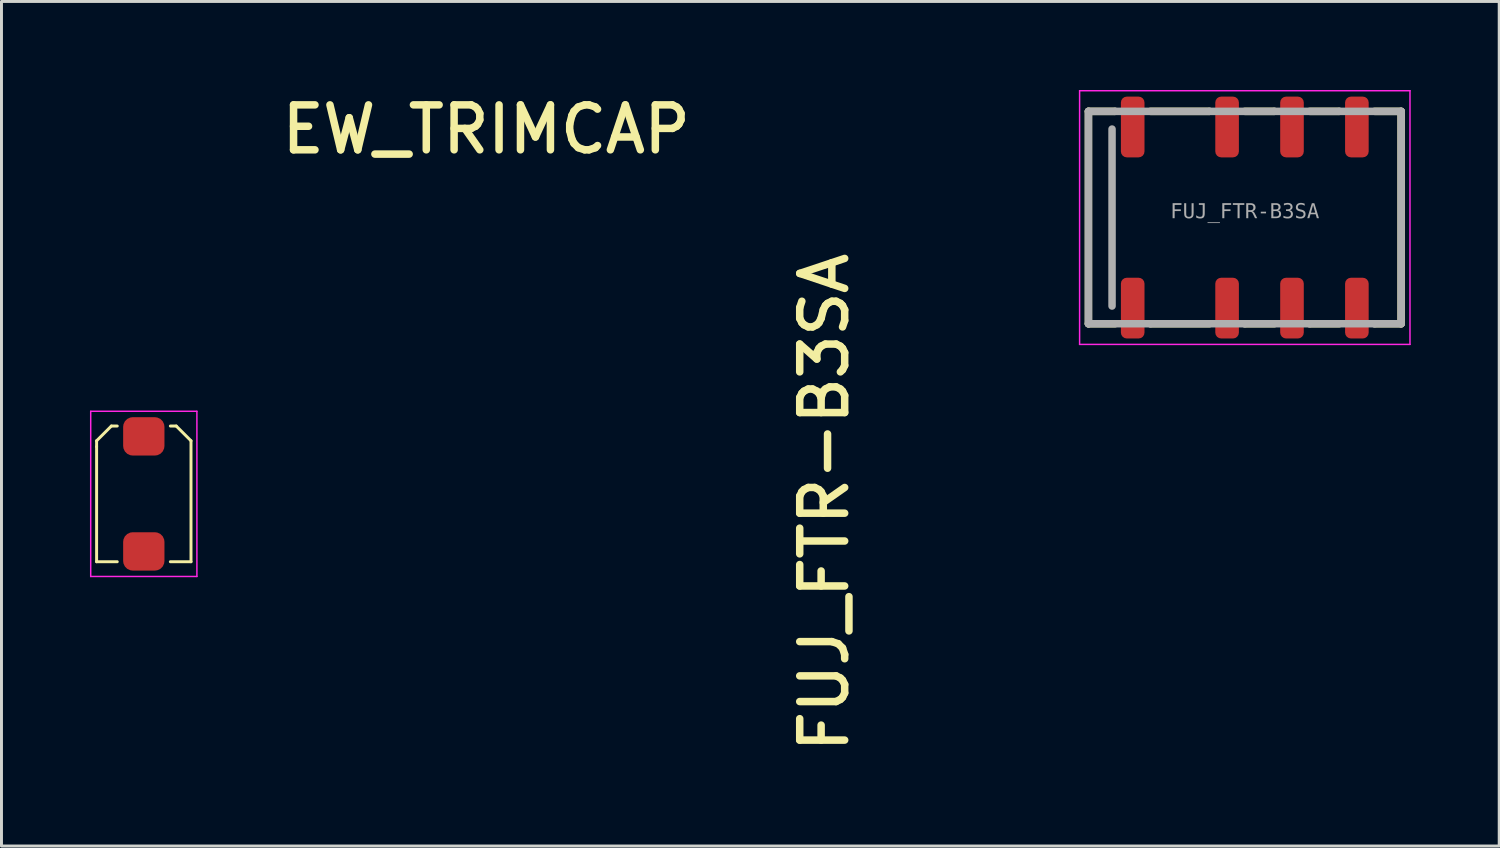
<source format=kicad_pcb>
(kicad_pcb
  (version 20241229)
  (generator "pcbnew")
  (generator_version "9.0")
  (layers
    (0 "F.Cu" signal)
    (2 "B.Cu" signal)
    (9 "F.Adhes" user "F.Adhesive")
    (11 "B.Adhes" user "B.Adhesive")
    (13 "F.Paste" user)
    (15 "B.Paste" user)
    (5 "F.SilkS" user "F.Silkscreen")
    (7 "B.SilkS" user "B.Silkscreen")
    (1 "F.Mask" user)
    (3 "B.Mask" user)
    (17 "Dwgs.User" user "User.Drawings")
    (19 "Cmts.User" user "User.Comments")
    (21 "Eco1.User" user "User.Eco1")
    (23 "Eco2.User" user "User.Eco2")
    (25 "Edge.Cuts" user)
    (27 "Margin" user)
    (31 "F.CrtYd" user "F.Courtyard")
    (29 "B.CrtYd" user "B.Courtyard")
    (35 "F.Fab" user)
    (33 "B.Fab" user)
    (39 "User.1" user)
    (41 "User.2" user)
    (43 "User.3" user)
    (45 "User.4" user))
  (footprint "FUJ_FTR-B3SA"
    (layer "F.Cu")
    (at 39.149 4.325)
    (property "Reference" "FUJ_FTR-B3SA" (at -14.256 9.659 90) (unlocked yes) (layer "F.SilkS") (effects (font (size 1.524 1.524) (thickness 0.254))))
    (fp_line (start -5.3 3.6) (end -5.3 -3.6) (stroke (width 0.254) (type solid)) (layer "F.SilkS"))
    (fp_line (start -4.4 -3.6) (end -5.3 -3.6) (stroke (width 0.254) (type solid)) (layer "F.SilkS"))
    (fp_line (start -4.4 3.6) (end -5.3 3.6) (stroke (width 0.254) (type solid)) (layer "F.SilkS"))
    (fp_line (start -1.2 -3.6) (end -3.2 -3.6) (stroke (width 0.254) (type solid)) (layer "F.SilkS"))
    (fp_line (start -1.2 3.6) (end -3.2 3.6) (stroke (width 0.254) (type solid)) (layer "F.SilkS"))
    (fp_line (start 1 -3.6) (end 0 -3.6) (stroke (width 0.254) (type solid)) (layer "F.SilkS"))
    (fp_line (start 1 3.6) (end 0 3.6) (stroke (width 0.254) (type solid)) (layer "F.SilkS"))
    (fp_line (start 3.2 -3.6) (end 2.2 -3.6) (stroke (width 0.254) (type solid)) (layer "F.SilkS"))
    (fp_line (start 3.2 3.6) (end 2.2 3.6) (stroke (width 0.254) (type solid)) (layer "F.SilkS"))
    (fp_line (start 5.3 -3.6) (end 4.4 -3.6) (stroke (width 0.254) (type solid)) (layer "F.SilkS"))
    (fp_line (start 5.3 3.6) (end 4.4 3.6) (stroke (width 0.254) (type solid)) (layer "F.SilkS"))
    (fp_line (start 5.3 3.6) (end 5.3 -3.6) (stroke (width 0.254) (type solid)) (layer "F.SilkS"))
    (fp_line (start -5.6 4.3) (end -5.6 -4.3) (stroke (width 0.05) (type solid)) (layer "F.CrtYd"))
    (fp_line (start 5.6 -4.3) (end -5.6 -4.3) (stroke (width 0.05) (type solid)) (layer "F.CrtYd"))
    (fp_line (start 5.6 4.3) (end -5.6 4.3) (stroke (width 0.05) (type solid)) (layer "F.CrtYd"))
    (fp_line (start 5.6 4.3) (end 5.6 -4.3) (stroke (width 0.05) (type solid)) (layer "F.CrtYd"))
    (fp_line (start -5.3 3.6) (end -5.3 -3.6) (stroke (width 0.254) (type solid)) (layer "F.Fab"))
    (fp_line (start -4.5 3) (end -4.5 -3) (stroke (width 0.254) (type solid)) (layer "F.Fab"))
    (fp_line (start -4.4 -3.6) (end -5.3 -3.6) (stroke (width 0.254) (type solid)) (layer "F.Fab"))
    (fp_line (start -3.2 3.6) (end -5.3 3.6) (stroke (width 0.254) (type solid)) (layer "F.Fab"))
    (fp_line (start -1.2 -3.6) (end -4.4 -3.6) (stroke (width 0.254) (type solid)) (layer "F.Fab"))
    (fp_line (start 0 3.6) (end -3.2 3.6) (stroke (width 0.254) (type solid)) (layer "F.Fab"))
    (fp_line (start 1 -3.6) (end -1.2 -3.6) (stroke (width 0.254) (type solid)) (layer "F.Fab"))
    (fp_line (start 2.2 3.6) (end 0 3.6) (stroke (width 0.254) (type solid)) (layer "F.Fab"))
    (fp_line (start 3.2 -3.6) (end 1 -3.6) (stroke (width 0.254) (type solid)) (layer "F.Fab"))
    (fp_line (start 4.4 3.6) (end 2.2 3.6) (stroke (width 0.254) (type solid)) (layer "F.Fab"))
    (fp_line (start 5.3 -3.6) (end 3.2 -3.6) (stroke (width 0.254) (type solid)) (layer "F.Fab"))
    (fp_line (start 5.3 3.6) (end 4.4 3.6) (stroke (width 0.254) (type solid)) (layer "F.Fab"))
    (fp_line (start 5.3 3.6) (end 5.3 -3.6) (stroke (width 0.254) (type solid)) (layer "F.Fab"))
    (fp_line (start 0 0.3) (end 0 -0.3) (stroke (width 0.1) (type solid)) (layer "User.1"))
    (fp_line (start 0.3 0) (end -0.3 0) (stroke (width 0.1) (type solid)) (layer "User.1"))
    (fp_text user "${REFERENCE}" (at 0.000005 -0.185 0) (unlocked yes) (layer "F.Fab") (effects (font (face "Consolas") (size 0.5 0.5) (thickness 0.254))))
    (pad "1" smd roundrect (at -3.8 3.07) (size 0.8 2.06) (layers "F.Cu" "F.Mask" "F.Paste") (roundrect_rratio 0.25))
    (pad "2" smd roundrect (at -0.6 3.07) (size 0.8 2.06) (layers "F.Cu" "F.Mask" "F.Paste") (roundrect_rratio 0.25))
    (pad "3" smd roundrect (at 1.6 3.07) (size 0.8 2.06) (layers "F.Cu" "F.Mask" "F.Paste") (roundrect_rratio 0.25))
    (pad "4" smd roundrect (at 3.8 3.07) (size 0.8 2.06) (layers "F.Cu" "F.Mask" "F.Paste") (roundrect_rratio 0.25))
    (pad "5" smd roundrect (at 3.8 -3.07) (size 0.8 2.06) (layers "F.Cu" "F.Mask" "F.Paste") (roundrect_rratio 0.25))
    (pad "6" smd roundrect (at 1.6 -3.07) (size 0.8 2.06) (layers "F.Cu" "F.Mask" "F.Paste") (roundrect_rratio 0.25))
    (pad "7" smd roundrect (at -0.6 -3.07) (size 0.8 2.06) (layers "F.Cu" "F.Mask" "F.Paste") (roundrect_rratio 0.25))
    (pad "8" smd roundrect (at -3.8 -3.07) (size 0.8 2.06) (layers "F.Cu" "F.Mask" "F.Paste") (roundrect_rratio 0.25)))
  (footprint "EW_TRIMCAP"
    (layer "F.Cu")
    (at 1.825 13.693)
    (property "Reference" "EW_TRIMCAP" (at 11.608 -12.356 0) (unlocked yes) (layer "F.SilkS") (effects (font (size 1.524 1.524) (thickness 0.254))))
    (fp_line (start -1.6 -1.8) (end -1.1 -2.3) (stroke (width 0.1) (type solid)) (layer "F.SilkS"))
    (fp_line (start -1.6 -1.6) (end -1.6 -1.8) (stroke (width 0.1) (type solid)) (layer "F.SilkS"))
    (fp_line (start -1.6 2.3) (end -1.6 -1.6) (stroke (width 0.1) (type solid)) (layer "F.SilkS"))
    (fp_line (start -1.6 2.3) (end -0.9 2.3) (stroke (width 0.1) (type solid)) (layer "F.SilkS"))
    (fp_line (start -1.1 -2.3) (end -0.9 -2.3) (stroke (width 0.1) (type solid)) (layer "F.SilkS"))
    (fp_line (start 0.9 -2.3) (end 1.1 -2.3) (stroke (width 0.1) (type solid)) (layer "F.SilkS"))
    (fp_line (start 0.9 2.3) (end 1.6 2.3) (stroke (width 0.1) (type solid)) (layer "F.SilkS"))
    (fp_line (start 1.1 -2.3) (end 1.6 -1.8) (stroke (width 0.1) (type solid)) (layer "F.SilkS"))
    (fp_line (start 1.6 2.3) (end 1.6 -1.8) (stroke (width 0.1) (type solid)) (layer "F.SilkS"))
    (fp_line (start -1.8 -2.8) (end 1.8 -2.8) (stroke (width 0.05) (type solid)) (layer "F.CrtYd"))
    (fp_line (start -1.8 2.8) (end -1.8 -2.8) (stroke (width 0.05) (type solid)) (layer "F.CrtYd"))
    (fp_line (start -1.8 2.8) (end 1.8 2.8) (stroke (width 0.05) (type solid)) (layer "F.CrtYd"))
    (fp_line (start 1.8 2.8) (end 1.8 -2.8) (stroke (width 0.05) (type solid)) (layer "F.CrtYd"))
    (fp_line (start -0.3 0) (end 0.3 0) (stroke (width 0.1) (type solid)) (layer "User.1"))
    (fp_line (start 0 0.3) (end 0 -0.3) (stroke (width 0.1) (type solid)) (layer "User.1"))
    (fp_line (start -1.6 -1.8) (end -1.1 -2.3) (stroke (width 0.1) (type solid)) (layer "User.9"))
    (fp_line (start -1.6 -1.6) (end -1.6 -1.8) (stroke (width 0.1) (type solid)) (layer "User.9"))
    (fp_line (start -1.6 2.3) (end -1.6 -1.6) (stroke (width 0.1) (type solid)) (layer "User.9"))
    (fp_line (start -1.6 2.3) (end 0.9 2.3) (stroke (width 0.1) (type solid)) (layer "User.9"))
    (fp_line (start -1.1 -2.3) (end 0.9 -2.3) (stroke (width 0.1) (type solid)) (layer "User.9"))
    (fp_line (start 0.9 -2.3) (end 1.1 -2.3) (stroke (width 0.1) (type solid)) (layer "User.9"))
    (fp_line (start 0.9 2.3) (end 1.6 2.3) (stroke (width 0.1) (type solid)) (layer "User.9"))
    (fp_line (start 1.1 -2.3) (end 1.6 -1.8) (stroke (width 0.1) (type solid)) (layer "User.9"))
    (fp_line (start 1.6 2.3) (end 1.6 -1.8) (stroke (width 0.1) (type solid)) (layer "User.9"))
    (fp_text user "${REFERENCE}" (at -0.185 -0.000005 90) (unlocked yes) (layer "User.9") (effects (font (face "Consolas") (size 0.5 0.5) (thickness 0.254))))
    (pad "1" smd roundrect (at 0 -1.95) (size 1.4 1.3) (layers "F.Cu" "F.Mask" "F.Paste") (roundrect_rratio 0.25))
    (pad "2" smd roundrect (at 0 1.95) (size 1.4 1.3) (layers "F.Cu" "F.Mask" "F.Paste") (roundrect_rratio 0.25)))
  (gr_rect
    (start -3 -3)
    (end 47.774 25.631)
    (stroke (width 0.1) (type default))
    (fill no)
    (layer "Edge.Cuts")))
</source>
